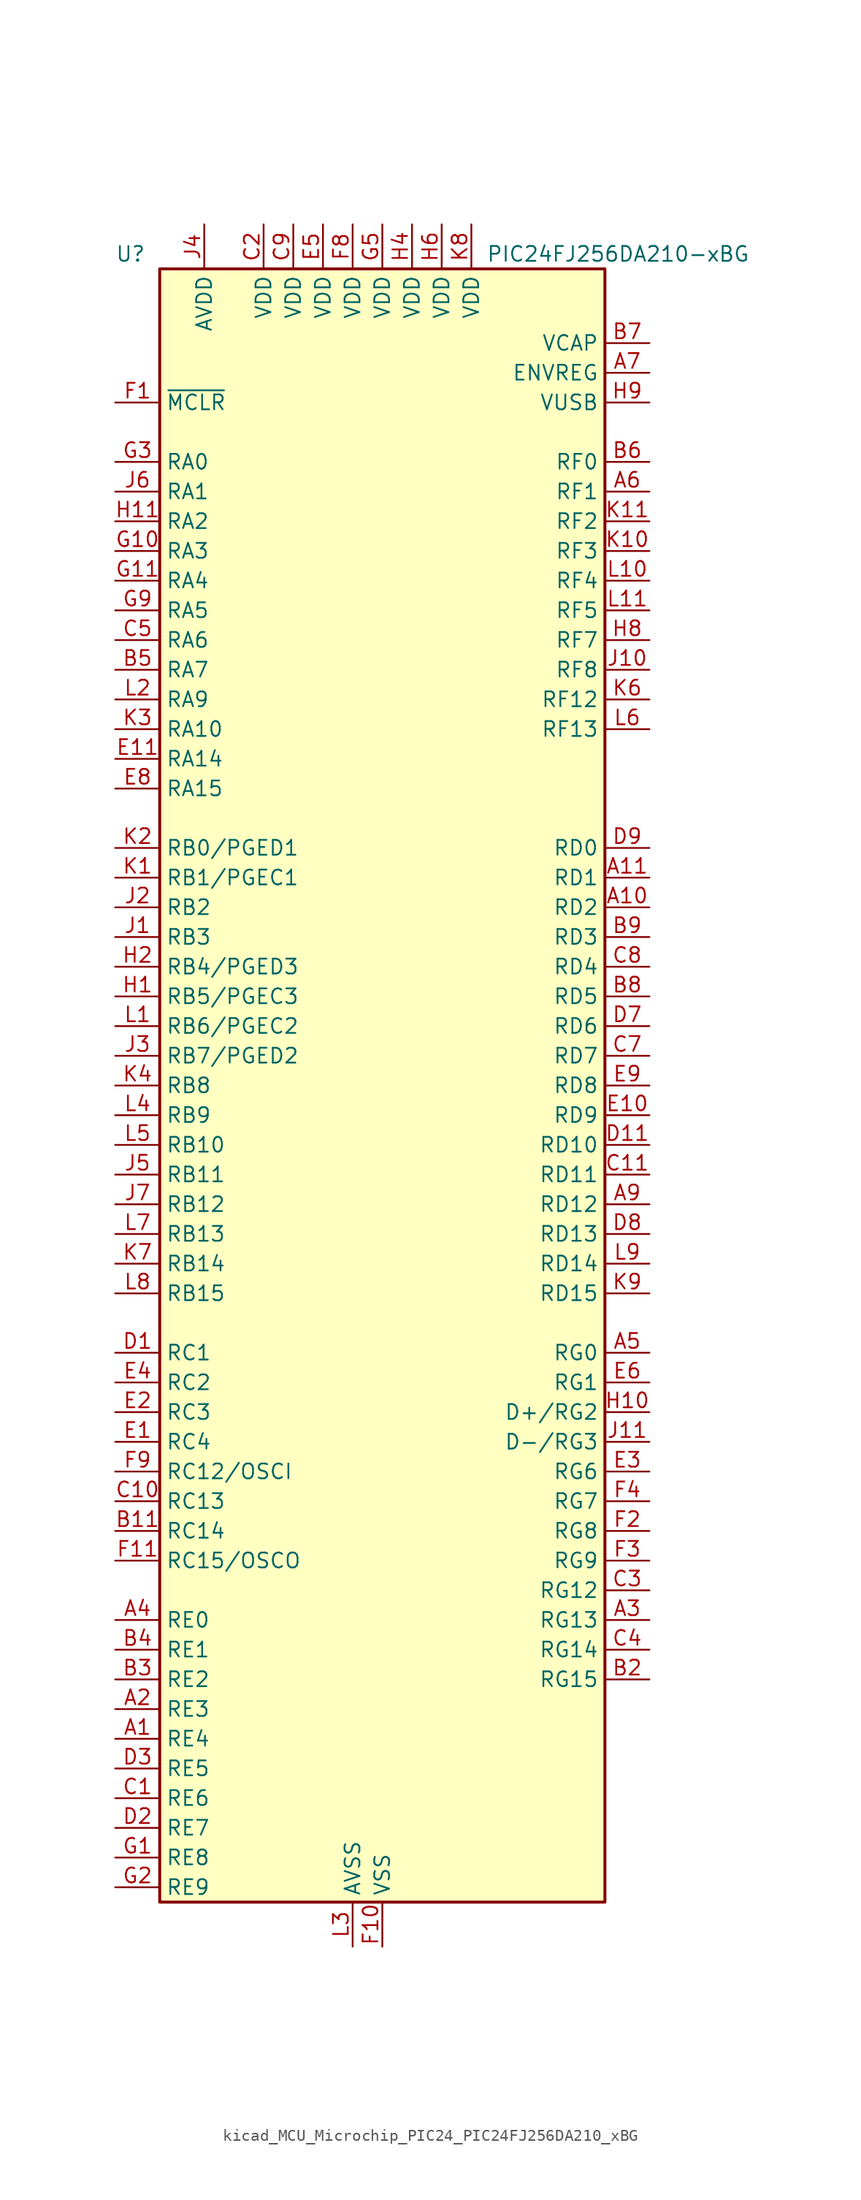
<source format=kicad_sym>
(kicad_symbol_lib
  (version 20220914)
  (generator kicad_symbol_editor)
  (symbol "kicad_MCU_Microchip_PIC24_PIC24FJ256DA210_xBG"
    (property "Reference" "U"
      (at -22.86 71.12 0)
      (effects (font (size 1.27 1.27)) (justify left)))
    (property "Value" "PIC24FJ256DA210-xBG"
      (at 8.89 71.12 0)
      (effects (font (size 1.27 1.27)) (justify left)))
    (symbol "kicad_MCU_Microchip_PIC24_PIC24FJ256DA210_xBG_1_1"
      (rectangle (start -19.05 69.85) (end 19.05 -69.85) (stroke (width 0.254) (type default)) (fill (type background)))
      (pin bidirectional line (at -22.86 -55.88 0) (length 3.81) (name "RE4" (effects (font (size 1.27 1.27)))) (number "A1" (effects (font (size 1.27 1.27)))))
      (pin bidirectional line (at 22.86 15.24 180) (length 3.81) (name "RD2" (effects (font (size 1.27 1.27)))) (number "A10" (effects (font (size 1.27 1.27)))))
      (pin bidirectional line (at 22.86 17.78 180) (length 3.81) (name "RD1" (effects (font (size 1.27 1.27)))) (number "A11" (effects (font (size 1.27 1.27)))))
      (pin bidirectional line (at -22.86 -53.34 0) (length 3.81) (name "RE3" (effects (font (size 1.27 1.27)))) (number "A2" (effects (font (size 1.27 1.27)))))
      (pin bidirectional line (at 22.86 -45.72 180) (length 3.81) (name "RG13" (effects (font (size 1.27 1.27)))) (number "A3" (effects (font (size 1.27 1.27)))))
      (pin bidirectional line (at -22.86 -45.72 0) (length 3.81) (name "RE0" (effects (font (size 1.27 1.27)))) (number "A4" (effects (font (size 1.27 1.27)))))
      (pin bidirectional line (at 22.86 -22.86 180) (length 3.81) (name "RG0" (effects (font (size 1.27 1.27)))) (number "A5" (effects (font (size 1.27 1.27)))))
      (pin bidirectional line (at 22.86 50.8 180) (length 3.81) (name "RF1" (effects (font (size 1.27 1.27)))) (number "A6" (effects (font (size 1.27 1.27)))))
      (pin input line (at 22.86 60.96 180) (length 3.81) (name "ENVREG" (effects (font (size 1.27 1.27)))) (number "A7" (effects (font (size 1.27 1.27)))))
      (pin no_connect line (at 2.54 -25.4 180) (length 3.81) hide (name "N/C" (effects (font (size 1.27 1.27)))) (number "A8" (effects (font (size 1.27 1.27)))))
      (pin bidirectional line (at 22.86 -10.16 180) (length 3.81) (name "RD12" (effects (font (size 1.27 1.27)))) (number "A9" (effects (font (size 1.27 1.27)))))
      (pin no_connect line (at 2.54 -27.94 180) (length 3.81) hide (name "N/C" (effects (font (size 1.27 1.27)))) (number "B1" (effects (font (size 1.27 1.27)))))
      (pin passive line (at 0 -73.66 90) (length 3.81) hide (name "VSS" (effects (font (size 1.27 1.27)))) (number "B10" (effects (font (size 1.27 1.27)))))
      (pin bidirectional line (at -22.86 -38.1 0) (length 3.81) (name "RC14" (effects (font (size 1.27 1.27)))) (number "B11" (effects (font (size 1.27 1.27)))))
      (pin bidirectional line (at 22.86 -50.8 180) (length 3.81) (name "RG15" (effects (font (size 1.27 1.27)))) (number "B2" (effects (font (size 1.27 1.27)))))
      (pin bidirectional line (at -22.86 -50.8 0) (length 3.81) (name "RE2" (effects (font (size 1.27 1.27)))) (number "B3" (effects (font (size 1.27 1.27)))))
      (pin bidirectional line (at -22.86 -48.26 0) (length 3.81) (name "RE1" (effects (font (size 1.27 1.27)))) (number "B4" (effects (font (size 1.27 1.27)))))
      (pin bidirectional line (at -22.86 35.56 0) (length 3.81) (name "RA7" (effects (font (size 1.27 1.27)))) (number "B5" (effects (font (size 1.27 1.27)))))
      (pin bidirectional line (at 22.86 53.34 180) (length 3.81) (name "RF0" (effects (font (size 1.27 1.27)))) (number "B6" (effects (font (size 1.27 1.27)))))
      (pin passive line (at 22.86 63.5 180) (length 3.81) (name "VCAP" (effects (font (size 1.27 1.27)))) (number "B7" (effects (font (size 1.27 1.27)))))
      (pin bidirectional line (at 22.86 7.62 180) (length 3.81) (name "RD5" (effects (font (size 1.27 1.27)))) (number "B8" (effects (font (size 1.27 1.27)))))
      (pin bidirectional line (at 22.86 12.7 180) (length 3.81) (name "RD3" (effects (font (size 1.27 1.27)))) (number "B9" (effects (font (size 1.27 1.27)))))
      (pin bidirectional line (at -22.86 -60.96 0) (length 3.81) (name "RE6" (effects (font (size 1.27 1.27)))) (number "C1" (effects (font (size 1.27 1.27)))))
      (pin bidirectional line (at -22.86 -35.56 0) (length 3.81) (name "RC13" (effects (font (size 1.27 1.27)))) (number "C10" (effects (font (size 1.27 1.27)))))
      (pin bidirectional line (at 22.86 -7.62 180) (length 3.81) (name "RD11" (effects (font (size 1.27 1.27)))) (number "C11" (effects (font (size 1.27 1.27)))))
      (pin power_in line (at -10.16 73.66 270) (length 3.81) (name "VDD" (effects (font (size 1.27 1.27)))) (number "C2" (effects (font (size 1.27 1.27)))))
      (pin bidirectional line (at 22.86 -43.18 180) (length 3.81) (name "RG12" (effects (font (size 1.27 1.27)))) (number "C3" (effects (font (size 1.27 1.27)))))
      (pin bidirectional line (at 22.86 -48.26 180) (length 3.81) (name "RG14" (effects (font (size 1.27 1.27)))) (number "C4" (effects (font (size 1.27 1.27)))))
      (pin bidirectional line (at -22.86 38.1 0) (length 3.81) (name "RA6" (effects (font (size 1.27 1.27)))) (number "C5" (effects (font (size 1.27 1.27)))))
      (pin no_connect line (at 2.54 -30.48 180) (length 3.81) hide (name "N/C" (effects (font (size 1.27 1.27)))) (number "C6" (effects (font (size 1.27 1.27)))))
      (pin bidirectional line (at 22.86 2.54 180) (length 3.81) (name "RD7" (effects (font (size 1.27 1.27)))) (number "C7" (effects (font (size 1.27 1.27)))))
      (pin bidirectional line (at 22.86 10.16 180) (length 3.81) (name "RD4" (effects (font (size 1.27 1.27)))) (number "C8" (effects (font (size 1.27 1.27)))))
      (pin power_in line (at -7.62 73.66 270) (length 3.81) (name "VDD" (effects (font (size 1.27 1.27)))) (number "C9" (effects (font (size 1.27 1.27)))))
      (pin bidirectional line (at -22.86 -22.86 0) (length 3.81) (name "RC1" (effects (font (size 1.27 1.27)))) (number "D1" (effects (font (size 1.27 1.27)))))
      (pin no_connect line (at 2.54 -35.56 180) (length 3.81) hide (name "N/C" (effects (font (size 1.27 1.27)))) (number "D10" (effects (font (size 1.27 1.27)))))
      (pin bidirectional line (at 22.86 -5.08 180) (length 3.81) (name "RD10" (effects (font (size 1.27 1.27)))) (number "D11" (effects (font (size 1.27 1.27)))))
      (pin bidirectional line (at -22.86 -63.5 0) (length 3.81) (name "RE7" (effects (font (size 1.27 1.27)))) (number "D2" (effects (font (size 1.27 1.27)))))
      (pin bidirectional line (at -22.86 -58.42 0) (length 3.81) (name "RE5" (effects (font (size 1.27 1.27)))) (number "D3" (effects (font (size 1.27 1.27)))))
      (pin passive line (at 0 -73.66 90) (length 3.81) hide (name "VSS" (effects (font (size 1.27 1.27)))) (number "D4" (effects (font (size 1.27 1.27)))))
      (pin passive line (at 0 -73.66 90) (length 3.81) hide (name "VSS" (effects (font (size 1.27 1.27)))) (number "D5" (effects (font (size 1.27 1.27)))))
      (pin no_connect line (at 2.54 -33.02 180) (length 3.81) hide (name "N/C" (effects (font (size 1.27 1.27)))) (number "D6" (effects (font (size 1.27 1.27)))))
      (pin bidirectional line (at 22.86 5.08 180) (length 3.81) (name "RD6" (effects (font (size 1.27 1.27)))) (number "D7" (effects (font (size 1.27 1.27)))))
      (pin bidirectional line (at 22.86 -12.7 180) (length 3.81) (name "RD13" (effects (font (size 1.27 1.27)))) (number "D8" (effects (font (size 1.27 1.27)))))
      (pin bidirectional line (at 22.86 20.32 180) (length 3.81) (name "RD0" (effects (font (size 1.27 1.27)))) (number "D9" (effects (font (size 1.27 1.27)))))
      (pin bidirectional line (at -22.86 -30.48 0) (length 3.81) (name "RC4" (effects (font (size 1.27 1.27)))) (number "E1" (effects (font (size 1.27 1.27)))))
      (pin bidirectional line (at 22.86 -2.54 180) (length 3.81) (name "RD9" (effects (font (size 1.27 1.27)))) (number "E10" (effects (font (size 1.27 1.27)))))
      (pin bidirectional line (at -22.86 27.94 0) (length 3.81) (name "RA14" (effects (font (size 1.27 1.27)))) (number "E11" (effects (font (size 1.27 1.27)))))
      (pin bidirectional line (at -22.86 -27.94 0) (length 3.81) (name "RC3" (effects (font (size 1.27 1.27)))) (number "E2" (effects (font (size 1.27 1.27)))))
      (pin bidirectional line (at 22.86 -33.02 180) (length 3.81) (name "RG6" (effects (font (size 1.27 1.27)))) (number "E3" (effects (font (size 1.27 1.27)))))
      (pin bidirectional line (at -22.86 -25.4 0) (length 3.81) (name "RC2" (effects (font (size 1.27 1.27)))) (number "E4" (effects (font (size 1.27 1.27)))))
      (pin power_in line (at -5.08 73.66 270) (length 3.81) (name "VDD" (effects (font (size 1.27 1.27)))) (number "E5" (effects (font (size 1.27 1.27)))))
      (pin bidirectional line (at 22.86 -25.4 180) (length 3.81) (name "RG1" (effects (font (size 1.27 1.27)))) (number "E6" (effects (font (size 1.27 1.27)))))
      (pin no_connect line (at 2.54 -38.1 180) (length 3.81) hide (name "N/C" (effects (font (size 1.27 1.27)))) (number "E7" (effects (font (size 1.27 1.27)))))
      (pin bidirectional line (at -22.86 25.4 0) (length 3.81) (name "RA15" (effects (font (size 1.27 1.27)))) (number "E8" (effects (font (size 1.27 1.27)))))
      (pin bidirectional line (at 22.86 0 180) (length 3.81) (name "RD8" (effects (font (size 1.27 1.27)))) (number "E9" (effects (font (size 1.27 1.27)))))
      (pin input line (at -22.86 58.42 0) (length 3.81) (name "~{MCLR}" (effects (font (size 1.27 1.27)))) (number "F1" (effects (font (size 1.27 1.27)))))
      (pin power_in line (at 0 -73.66 90) (length 3.81) (name "VSS" (effects (font (size 1.27 1.27)))) (number "F10" (effects (font (size 1.27 1.27)))))
      (pin bidirectional line (at -22.86 -40.64 0) (length 3.81) (name "RC15/OSCO" (effects (font (size 1.27 1.27)))) (number "F11" (effects (font (size 1.27 1.27)))))
      (pin bidirectional line (at 22.86 -38.1 180) (length 3.81) (name "RG8" (effects (font (size 1.27 1.27)))) (number "F2" (effects (font (size 1.27 1.27)))))
      (pin bidirectional line (at 22.86 -40.64 180) (length 3.81) (name "RG9" (effects (font (size 1.27 1.27)))) (number "F3" (effects (font (size 1.27 1.27)))))
      (pin bidirectional line (at 22.86 -35.56 180) (length 3.81) (name "RG7" (effects (font (size 1.27 1.27)))) (number "F4" (effects (font (size 1.27 1.27)))))
      (pin passive line (at 0 -73.66 90) (length 3.81) hide (name "VSS" (effects (font (size 1.27 1.27)))) (number "F5" (effects (font (size 1.27 1.27)))))
      (pin no_connect line (at 2.54 -40.64 180) (length 3.81) hide (name "N/C" (effects (font (size 1.27 1.27)))) (number "F6" (effects (font (size 1.27 1.27)))))
      (pin no_connect line (at 2.54 -43.18 180) (length 3.81) hide (name "N/C" (effects (font (size 1.27 1.27)))) (number "F7" (effects (font (size 1.27 1.27)))))
      (pin power_in line (at -2.54 73.66 270) (length 3.81) (name "VDD" (effects (font (size 1.27 1.27)))) (number "F8" (effects (font (size 1.27 1.27)))))
      (pin bidirectional line (at -22.86 -33.02 0) (length 3.81) (name "RC12/OSCI" (effects (font (size 1.27 1.27)))) (number "F9" (effects (font (size 1.27 1.27)))))
      (pin bidirectional line (at -22.86 -66.04 0) (length 3.81) (name "RE8" (effects (font (size 1.27 1.27)))) (number "G1" (effects (font (size 1.27 1.27)))))
      (pin bidirectional line (at -22.86 45.72 0) (length 3.81) (name "RA3" (effects (font (size 1.27 1.27)))) (number "G10" (effects (font (size 1.27 1.27)))))
      (pin bidirectional line (at -22.86 43.18 0) (length 3.81) (name "RA4" (effects (font (size 1.27 1.27)))) (number "G11" (effects (font (size 1.27 1.27)))))
      (pin bidirectional line (at -22.86 -68.58 0) (length 3.81) (name "RE9" (effects (font (size 1.27 1.27)))) (number "G2" (effects (font (size 1.27 1.27)))))
      (pin bidirectional line (at -22.86 53.34 0) (length 3.81) (name "RA0" (effects (font (size 1.27 1.27)))) (number "G3" (effects (font (size 1.27 1.27)))))
      (pin no_connect line (at 2.54 -45.72 180) (length 3.81) hide (name "N/C" (effects (font (size 1.27 1.27)))) (number "G4" (effects (font (size 1.27 1.27)))))
      (pin power_in line (at 0 73.66 270) (length 3.81) (name "VDD" (effects (font (size 1.27 1.27)))) (number "G5" (effects (font (size 1.27 1.27)))))
      (pin passive line (at 0 -73.66 90) (length 3.81) hide (name "VSS" (effects (font (size 1.27 1.27)))) (number "G6" (effects (font (size 1.27 1.27)))))
      (pin passive line (at 0 -73.66 90) (length 3.81) hide (name "VSS" (effects (font (size 1.27 1.27)))) (number "G7" (effects (font (size 1.27 1.27)))))
      (pin no_connect line (at 2.54 -48.26 180) (length 3.81) hide (name "N/C" (effects (font (size 1.27 1.27)))) (number "G8" (effects (font (size 1.27 1.27)))))
      (pin bidirectional line (at -22.86 40.64 0) (length 3.81) (name "RA5" (effects (font (size 1.27 1.27)))) (number "G9" (effects (font (size 1.27 1.27)))))
      (pin bidirectional line (at -22.86 7.62 0) (length 3.81) (name "RB5/PGEC3" (effects (font (size 1.27 1.27)))) (number "H1" (effects (font (size 1.27 1.27)))))
      (pin bidirectional line (at 22.86 -27.94 180) (length 3.81) (name "D+/RG2" (effects (font (size 1.27 1.27)))) (number "H10" (effects (font (size 1.27 1.27)))))
      (pin bidirectional line (at -22.86 48.26 0) (length 3.81) (name "RA2" (effects (font (size 1.27 1.27)))) (number "H11" (effects (font (size 1.27 1.27)))))
      (pin bidirectional line (at -22.86 10.16 0) (length 3.81) (name "RB4/PGED3" (effects (font (size 1.27 1.27)))) (number "H2" (effects (font (size 1.27 1.27)))))
      (pin passive line (at 0 -73.66 90) (length 3.81) hide (name "VSS" (effects (font (size 1.27 1.27)))) (number "H3" (effects (font (size 1.27 1.27)))))
      (pin power_in line (at 2.54 73.66 270) (length 3.81) (name "VDD" (effects (font (size 1.27 1.27)))) (number "H4" (effects (font (size 1.27 1.27)))))
      (pin no_connect line (at 2.54 -50.8 180) (length 3.81) hide (name "N/C" (effects (font (size 1.27 1.27)))) (number "H5" (effects (font (size 1.27 1.27)))))
      (pin power_in line (at 5.08 73.66 270) (length 3.81) (name "VDD" (effects (font (size 1.27 1.27)))) (number "H6" (effects (font (size 1.27 1.27)))))
      (pin no_connect line (at 2.54 -53.34 180) (length 3.81) hide (name "N/C" (effects (font (size 1.27 1.27)))) (number "H7" (effects (font (size 1.27 1.27)))))
      (pin bidirectional line (at 22.86 38.1 180) (length 3.81) (name "RF7" (effects (font (size 1.27 1.27)))) (number "H8" (effects (font (size 1.27 1.27)))))
      (pin bidirectional line (at 22.86 58.42 180) (length 3.81) (name "VUSB" (effects (font (size 1.27 1.27)))) (number "H9" (effects (font (size 1.27 1.27)))))
      (pin bidirectional line (at -22.86 12.7 0) (length 3.81) (name "RB3" (effects (font (size 1.27 1.27)))) (number "J1" (effects (font (size 1.27 1.27)))))
      (pin bidirectional line (at 22.86 35.56 180) (length 3.81) (name "RF8" (effects (font (size 1.27 1.27)))) (number "J10" (effects (font (size 1.27 1.27)))))
      (pin bidirectional line (at 22.86 -30.48 180) (length 3.81) (name "D-/RG3" (effects (font (size 1.27 1.27)))) (number "J11" (effects (font (size 1.27 1.27)))))
      (pin bidirectional line (at -22.86 15.24 0) (length 3.81) (name "RB2" (effects (font (size 1.27 1.27)))) (number "J2" (effects (font (size 1.27 1.27)))))
      (pin bidirectional line (at -22.86 2.54 0) (length 3.81) (name "RB7/PGED2" (effects (font (size 1.27 1.27)))) (number "J3" (effects (font (size 1.27 1.27)))))
      (pin power_in line (at -15.24 73.66 270) (length 3.81) (name "AVDD" (effects (font (size 1.27 1.27)))) (number "J4" (effects (font (size 1.27 1.27)))))
      (pin bidirectional line (at -22.86 -7.62 0) (length 3.81) (name "RB11" (effects (font (size 1.27 1.27)))) (number "J5" (effects (font (size 1.27 1.27)))))
      (pin bidirectional line (at -22.86 50.8 0) (length 3.81) (name "RA1" (effects (font (size 1.27 1.27)))) (number "J6" (effects (font (size 1.27 1.27)))))
      (pin bidirectional line (at -22.86 -10.16 0) (length 3.81) (name "RB12" (effects (font (size 1.27 1.27)))) (number "J7" (effects (font (size 1.27 1.27)))))
      (pin no_connect line (at 2.54 -55.88 180) (length 3.81) hide (name "N/C" (effects (font (size 1.27 1.27)))) (number "J8" (effects (font (size 1.27 1.27)))))
      (pin no_connect line (at 2.54 -58.42 180) (length 3.81) hide (name "N/C" (effects (font (size 1.27 1.27)))) (number "J9" (effects (font (size 1.27 1.27)))))
      (pin bidirectional line (at -22.86 17.78 0) (length 3.81) (name "RB1/PGEC1" (effects (font (size 1.27 1.27)))) (number "K1" (effects (font (size 1.27 1.27)))))
      (pin bidirectional line (at 22.86 45.72 180) (length 3.81) (name "RF3" (effects (font (size 1.27 1.27)))) (number "K10" (effects (font (size 1.27 1.27)))))
      (pin bidirectional line (at 22.86 48.26 180) (length 3.81) (name "RF2" (effects (font (size 1.27 1.27)))) (number "K11" (effects (font (size 1.27 1.27)))))
      (pin bidirectional line (at -22.86 20.32 0) (length 3.81) (name "RB0/PGED1" (effects (font (size 1.27 1.27)))) (number "K2" (effects (font (size 1.27 1.27)))))
      (pin bidirectional line (at -22.86 30.48 0) (length 3.81) (name "RA10" (effects (font (size 1.27 1.27)))) (number "K3" (effects (font (size 1.27 1.27)))))
      (pin bidirectional line (at -22.86 0 0) (length 3.81) (name "RB8" (effects (font (size 1.27 1.27)))) (number "K4" (effects (font (size 1.27 1.27)))))
      (pin no_connect line (at 2.54 -60.96 180) (length 3.81) hide (name "N/C" (effects (font (size 1.27 1.27)))) (number "K5" (effects (font (size 1.27 1.27)))))
      (pin bidirectional line (at 22.86 33.02 180) (length 3.81) (name "RF12" (effects (font (size 1.27 1.27)))) (number "K6" (effects (font (size 1.27 1.27)))))
      (pin bidirectional line (at -22.86 -15.24 0) (length 3.81) (name "RB14" (effects (font (size 1.27 1.27)))) (number "K7" (effects (font (size 1.27 1.27)))))
      (pin power_in line (at 7.62 73.66 270) (length 3.81) (name "VDD" (effects (font (size 1.27 1.27)))) (number "K8" (effects (font (size 1.27 1.27)))))
      (pin bidirectional line (at 22.86 -17.78 180) (length 3.81) (name "RD15" (effects (font (size 1.27 1.27)))) (number "K9" (effects (font (size 1.27 1.27)))))
      (pin bidirectional line (at -22.86 5.08 0) (length 3.81) (name "RB6/PGEC2" (effects (font (size 1.27 1.27)))) (number "L1" (effects (font (size 1.27 1.27)))))
      (pin bidirectional line (at 22.86 43.18 180) (length 3.81) (name "RF4" (effects (font (size 1.27 1.27)))) (number "L10" (effects (font (size 1.27 1.27)))))
      (pin bidirectional line (at 22.86 40.64 180) (length 3.81) (name "RF5" (effects (font (size 1.27 1.27)))) (number "L11" (effects (font (size 1.27 1.27)))))
      (pin bidirectional line (at -22.86 33.02 0) (length 3.81) (name "RA9" (effects (font (size 1.27 1.27)))) (number "L2" (effects (font (size 1.27 1.27)))))
      (pin power_in line (at -2.54 -73.66 90) (length 3.81) (name "AVSS" (effects (font (size 1.27 1.27)))) (number "L3" (effects (font (size 1.27 1.27)))))
      (pin bidirectional line (at -22.86 -2.54 0) (length 3.81) (name "RB9" (effects (font (size 1.27 1.27)))) (number "L4" (effects (font (size 1.27 1.27)))))
      (pin bidirectional line (at -22.86 -5.08 0) (length 3.81) (name "RB10" (effects (font (size 1.27 1.27)))) (number "L5" (effects (font (size 1.27 1.27)))))
      (pin bidirectional line (at 22.86 30.48 180) (length 3.81) (name "RF13" (effects (font (size 1.27 1.27)))) (number "L6" (effects (font (size 1.27 1.27)))))
      (pin bidirectional line (at -22.86 -12.7 0) (length 3.81) (name "RB13" (effects (font (size 1.27 1.27)))) (number "L7" (effects (font (size 1.27 1.27)))))
      (pin bidirectional line (at -22.86 -17.78 0) (length 3.81) (name "RB15" (effects (font (size 1.27 1.27)))) (number "L8" (effects (font (size 1.27 1.27)))))
      (pin bidirectional line (at 22.86 -15.24 180) (length 3.81) (name "RD14" (effects (font (size 1.27 1.27)))) (number "L9" (effects (font (size 1.27 1.27))))))))
</source>
